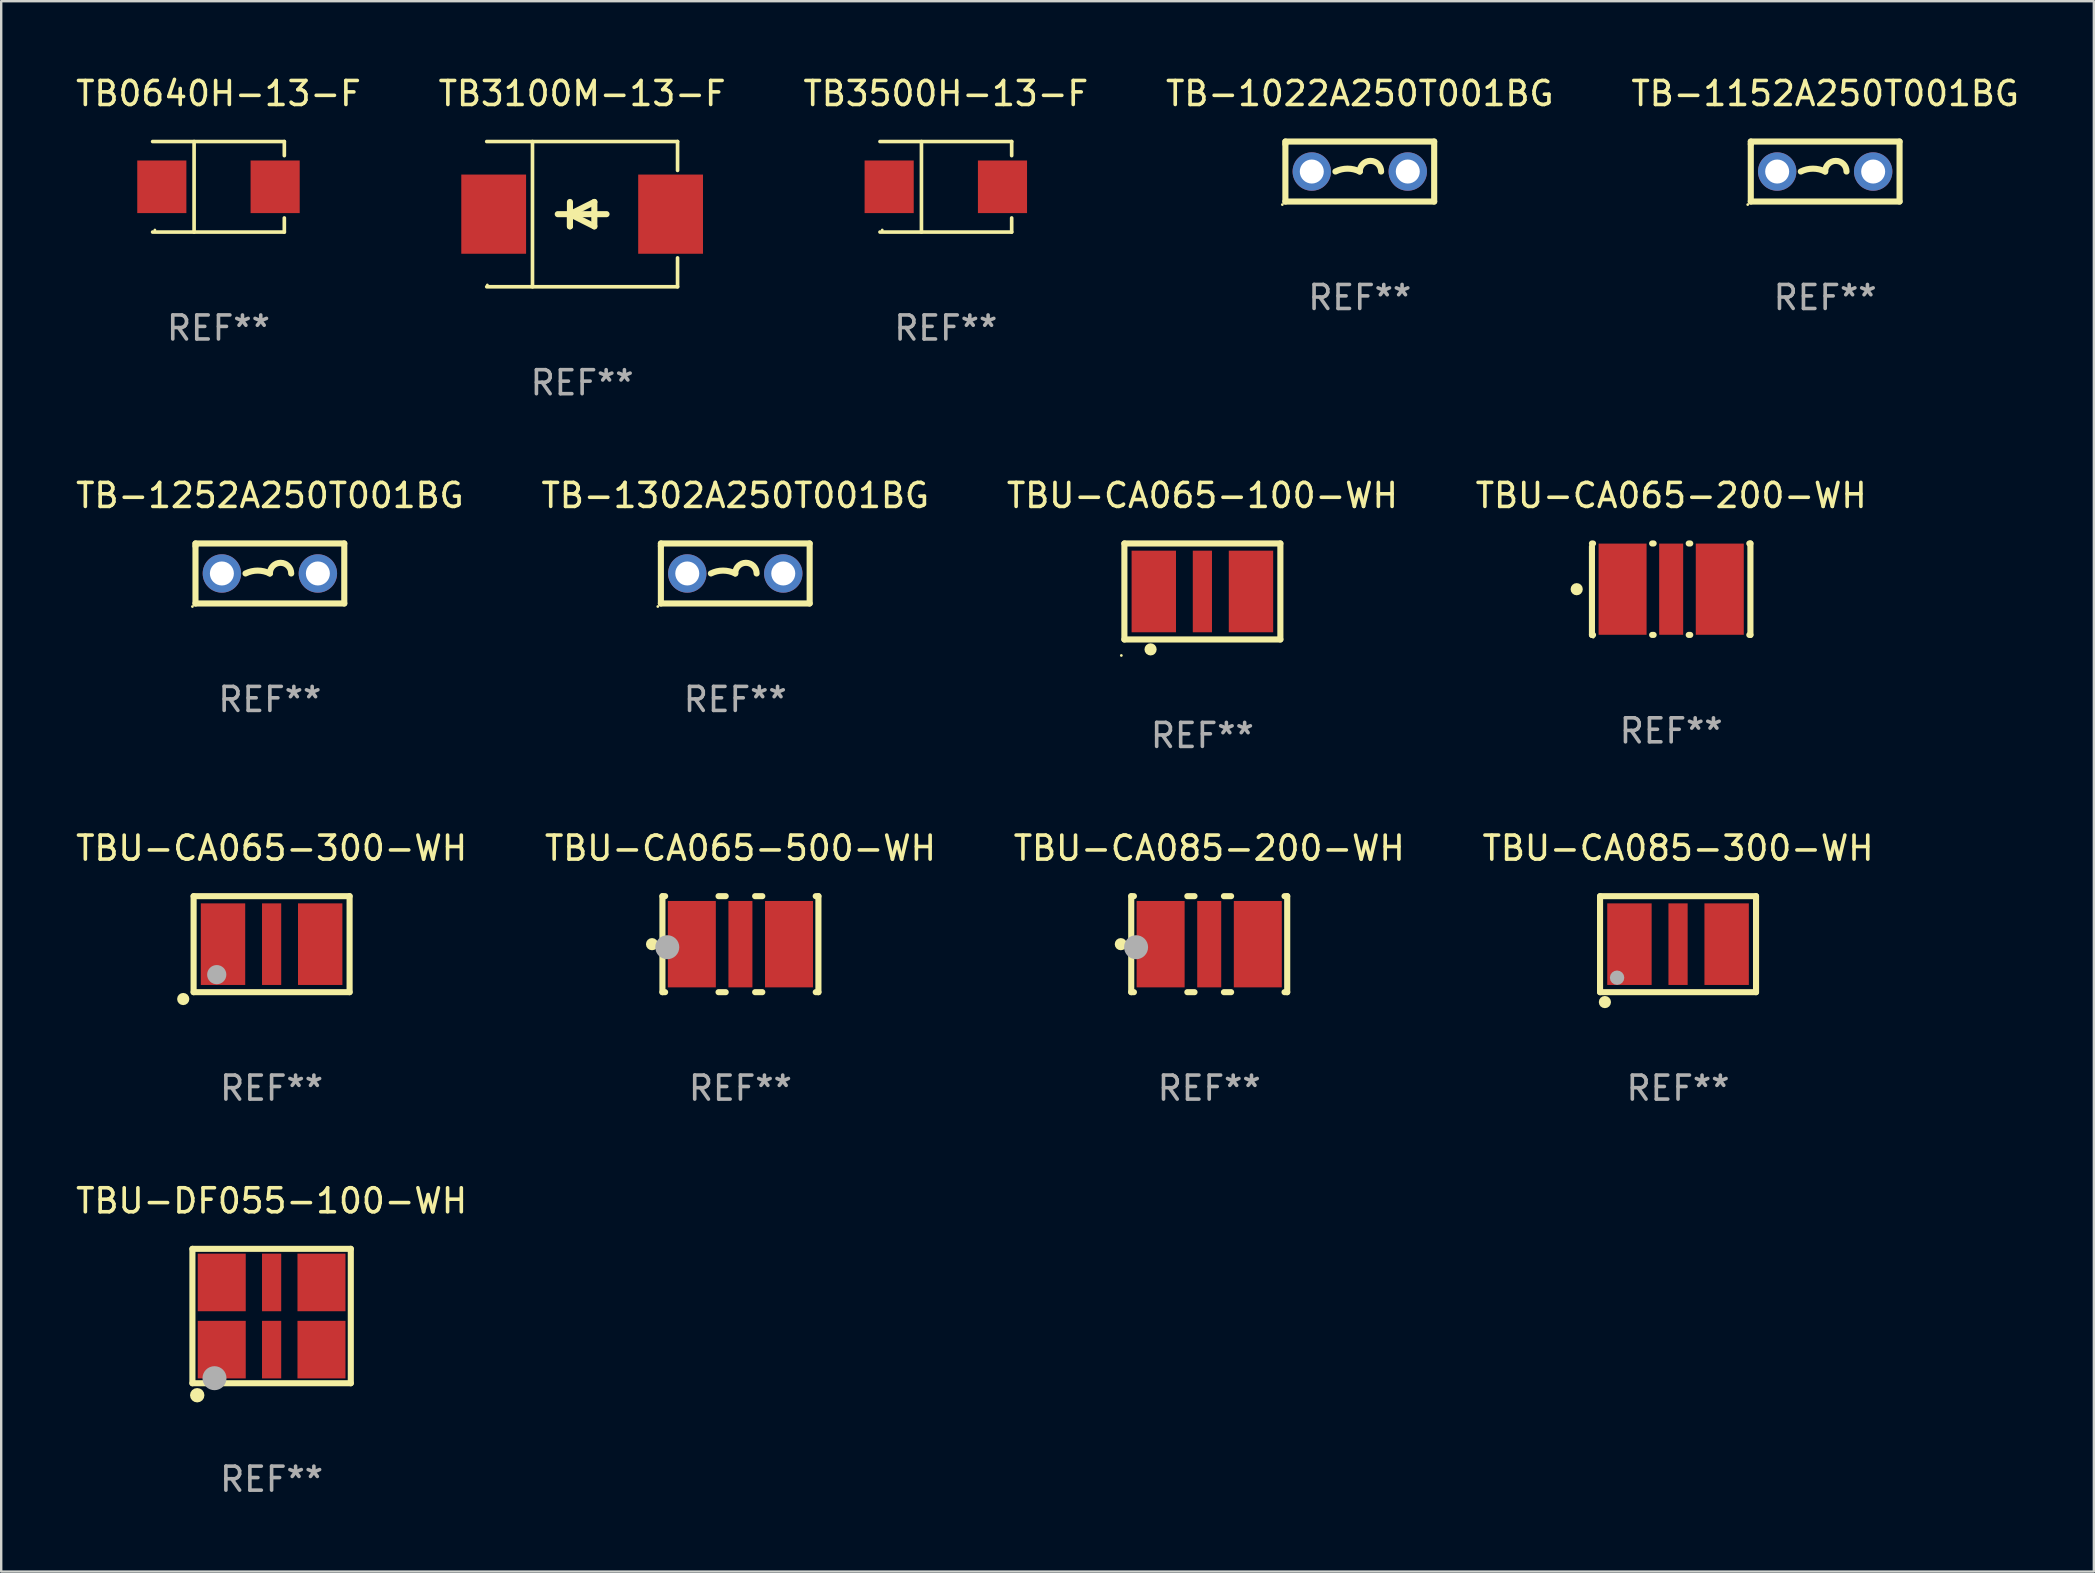
<source format=kicad_pcb>
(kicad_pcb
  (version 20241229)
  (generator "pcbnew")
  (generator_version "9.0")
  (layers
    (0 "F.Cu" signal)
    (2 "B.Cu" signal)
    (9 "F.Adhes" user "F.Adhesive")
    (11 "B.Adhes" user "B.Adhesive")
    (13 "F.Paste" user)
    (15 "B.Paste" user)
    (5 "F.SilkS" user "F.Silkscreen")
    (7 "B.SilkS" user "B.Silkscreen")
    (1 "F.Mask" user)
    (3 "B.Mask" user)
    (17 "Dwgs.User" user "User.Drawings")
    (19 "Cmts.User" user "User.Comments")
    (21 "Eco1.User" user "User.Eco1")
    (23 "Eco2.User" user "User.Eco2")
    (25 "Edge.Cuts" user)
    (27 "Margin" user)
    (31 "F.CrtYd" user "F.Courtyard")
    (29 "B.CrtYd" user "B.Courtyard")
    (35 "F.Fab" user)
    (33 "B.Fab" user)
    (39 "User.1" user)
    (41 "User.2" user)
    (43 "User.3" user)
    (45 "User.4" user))
  (footprint "TB0640H-13-F"
    (layer "F.Cu")
    (at 6.054 4.734)
    (property "Reference" "TB0640H-13-F" (at 0 -3.886 0) (layer "F.SilkS") (effects (font (size 1 1) (thickness 0.15))))
    (attr through_hole)
    (fp_line (start -2.744 -1.886) (end 2.744 -1.886) (stroke (width 0.152) (type solid)) (layer "F.SilkS"))
    (fp_line (start -2.744 1.886) (end 2.744 1.886) (stroke (width 0.152) (type solid)) (layer "F.SilkS"))
    (fp_line (start -1.016 -1.886) (end -1.016 1.886) (stroke (width 0.152) (type solid)) (layer "F.SilkS"))
    (fp_line (start 2.744 -1.886) (end 2.744 -1.299) (stroke (width 0.152) (type solid)) (layer "F.SilkS"))
    (fp_line (start 2.744 1.886) (end 2.744 1.299) (stroke (width 0.152) (type solid)) (layer "F.SilkS"))
    (fp_circle (center -2.65 1.8) (end -2.62 1.8) (stroke (width 0.06) (type solid)) (fill no) (layer "F.SilkS"))
    (fp_text user "REF**" (at 0 5.886 0) (layer "F.Fab") (effects (font (size 1 1) (thickness 0.15))))
    (pad "1" smd rect (at -2.361 0) (size 2.047 2.192) (layers "F.Cu" "F.Mask" "F.Paste"))
    (pad "2" smd rect (at 2.361 0) (size 2.047 2.192) (layers "F.Cu" "F.Mask" "F.Paste")))
  (footprint "TB-1252A250T001BG"
    (layer "F.Cu")
    (at 8.196 20.847)
    (property "Reference" "TB-1252A250T001BG" (at 0 -3.25 0) (layer "F.SilkS") (effects (font (size 1 1) (thickness 0.15))))
    (attr through_hole)
    (fp_line (start -3.1 -1.25) (end 3.1 -1.25) (stroke (width 0.254) (type solid)) (layer "F.SilkS"))
    (fp_line (start -3.1 -1.143) (end -3.1 -1.25) (stroke (width 0.254) (type solid)) (layer "F.SilkS"))
    (fp_line (start -3.1 1.25) (end -3.1 -1.143) (stroke (width 0.254) (type solid)) (layer "F.SilkS"))
    (fp_line (start 3.1 -1.25) (end 3.1 1.25) (stroke (width 0.254) (type solid)) (layer "F.SilkS"))
    (fp_line (start 3.1 1.25) (end -3.1 1.25) (stroke (width 0.254) (type solid)) (layer "F.SilkS"))
    (fp_arc (start -1.016002 0) (mid -0.508001 -0.119923) (end 0 0) (stroke (width 0.254001) (type solid)) (layer "F.SilkS"))
    (fp_arc (start 0 0) (mid 0.444501 -0.444501) (end 0.889002 0) (stroke (width 0.254001) (type solid)) (layer "F.SilkS"))
    (fp_circle (center -3.227 1.377) (end -3.197 1.377) (stroke (width 0.06) (type solid)) (fill no) (layer "F.SilkS"))
    (fp_text user "REF**" (at 0 5.25 0) (layer "F.Fab") (effects (font (size 1 1) (thickness 0.15))))
    (pad "1" thru_hole circle (at -2 0) (size 1.6 1.6) (drill 1) (layers "*.Cu" "*.Mask"))
    (pad "2" thru_hole circle (at 2 0) (size 1.6 1.6) (drill 1) (layers "*.Cu" "*.Mask")))
  (footprint "TB-1022A250T001BG"
    (layer "F.Cu")
    (at 53.613 4.098)
    (property "Reference" "TB-1022A250T001BG" (at 0 -3.25 0) (layer "F.SilkS") (effects (font (size 1 1) (thickness 0.15))))
    (attr through_hole)
    (fp_line (start -3.1 -1.25) (end 3.1 -1.25) (stroke (width 0.254) (type solid)) (layer "F.SilkS"))
    (fp_line (start -3.1 -1.143) (end -3.1 -1.25) (stroke (width 0.254) (type solid)) (layer "F.SilkS"))
    (fp_line (start -3.1 1.25) (end -3.1 -1.143) (stroke (width 0.254) (type solid)) (layer "F.SilkS"))
    (fp_line (start 3.1 -1.25) (end 3.1 1.25) (stroke (width 0.254) (type solid)) (layer "F.SilkS"))
    (fp_line (start 3.1 1.25) (end -3.1 1.25) (stroke (width 0.254) (type solid)) (layer "F.SilkS"))
    (fp_arc (start -1.016002 0) (mid -0.508001 -0.119923) (end 0 0) (stroke (width 0.254001) (type solid)) (layer "F.SilkS"))
    (fp_arc (start 0 0) (mid 0.444501 -0.444501) (end 0.889002 0) (stroke (width 0.254001) (type solid)) (layer "F.SilkS"))
    (fp_circle (center -3.227 1.377) (end -3.197 1.377) (stroke (width 0.06) (type solid)) (fill no) (layer "F.SilkS"))
    (fp_text user "REF**" (at 0 5.25 0) (layer "F.Fab") (effects (font (size 1 1) (thickness 0.15))))
    (pad "1" thru_hole circle (at -2 0) (size 1.6 1.6) (drill 1) (layers "*.Cu" "*.Mask"))
    (pad "2" thru_hole circle (at 2 0) (size 1.6 1.6) (drill 1) (layers "*.Cu" "*.Mask")))
  (footprint "TBU-CA065-100-WH"
    (layer "F.Cu")
    (at 47.054 21.597)
    (property "Reference" "TBU-CA065-100-WH" (at 0 -4 0) (layer "F.SilkS") (effects (font (size 1 1) (thickness 0.15))))
    (attr through_hole)
    (fp_line (start -3.25 -2) (end -3.25 2) (stroke (width 0.254) (type solid)) (layer "F.SilkS"))
    (fp_line (start -3.25 -2) (end 3.25 -2) (stroke (width 0.254) (type solid)) (layer "F.SilkS"))
    (fp_line (start -3.25 2) (end 3.25 2) (stroke (width 0.254) (type solid)) (layer "F.SilkS"))
    (fp_line (start 3.25 -2) (end 3.25 2) (stroke (width 0.254) (type solid)) (layer "F.SilkS"))
    (fp_circle (center -3.377 2.667) (end -3.347 2.667) (stroke (width 0.06) (type solid)) (fill no) (layer "F.SilkS"))
    (fp_circle (center -2.159 2.413) (end -2.032 2.413) (stroke (width 0.254) (type solid)) (fill no) (layer "F.SilkS"))
    (fp_text user "REF**" (at 0 6 0) (layer "F.Fab") (effects (font (size 1 1) (thickness 0.15))))
    (pad "1" smd rect (at -2.025 0) (size 1.85 3.4) (layers "F.Cu" "F.Mask" "F.Paste"))
    (pad "2" smd rect (at 0 0 180) (size 0.8 3.4) (layers "F.Cu" "F.Mask" "F.Paste"))
    (pad "3" smd rect (at 2.025 0 180) (size 1.85 3.4) (layers "F.Cu" "F.Mask" "F.Paste")))
  (footprint "TB-1302A250T001BG"
    (layer "F.Cu")
    (at 27.589 20.847)
    (property "Reference" "TB-1302A250T001BG" (at 0 -3.25 0) (layer "F.SilkS") (effects (font (size 1 1) (thickness 0.15))))
    (attr through_hole)
    (fp_line (start -3.1 -1.25) (end 3.1 -1.25) (stroke (width 0.254) (type solid)) (layer "F.SilkS"))
    (fp_line (start -3.1 -1.143) (end -3.1 -1.25) (stroke (width 0.254) (type solid)) (layer "F.SilkS"))
    (fp_line (start -3.1 1.25) (end -3.1 -1.143) (stroke (width 0.254) (type solid)) (layer "F.SilkS"))
    (fp_line (start 3.1 -1.25) (end 3.1 1.25) (stroke (width 0.254) (type solid)) (layer "F.SilkS"))
    (fp_line (start 3.1 1.25) (end -3.1 1.25) (stroke (width 0.254) (type solid)) (layer "F.SilkS"))
    (fp_arc (start -1.016002 0) (mid -0.508001 -0.119923) (end 0 0) (stroke (width 0.254001) (type solid)) (layer "F.SilkS"))
    (fp_arc (start 0 0) (mid 0.444501 -0.444501) (end 0.889002 0) (stroke (width 0.254001) (type solid)) (layer "F.SilkS"))
    (fp_circle (center -3.227 1.377) (end -3.197 1.377) (stroke (width 0.06) (type solid)) (fill no) (layer "F.SilkS"))
    (fp_text user "REF**" (at 0 5.25 0) (layer "F.Fab") (effects (font (size 1 1) (thickness 0.15))))
    (pad "1" thru_hole circle (at -2 0) (size 1.6 1.6) (drill 1) (layers "*.Cu" "*.Mask"))
    (pad "2" thru_hole circle (at 2 0) (size 1.6 1.6) (drill 1) (layers "*.Cu" "*.Mask")))
  (footprint "TBU-DF055-100-WH"
    (layer "F.Cu")
    (at 8.268 51.79)
    (property "Reference" "TBU-DF055-100-WH" (at 0 -4.8 0) (layer "F.SilkS") (effects (font (size 1 1) (thickness 0.15))))
    (attr through_hole)
    (fp_line (start -3.3 -2.8) (end 3.3 -2.8) (stroke (width 0.254) (type solid)) (layer "F.SilkS"))
    (fp_line (start -3.3 2.8) (end -3.3 -2.8) (stroke (width 0.254) (type solid)) (layer "F.SilkS"))
    (fp_line (start 3.3 -2.8) (end 3.3 2.8) (stroke (width 0.254) (type solid)) (layer "F.SilkS"))
    (fp_line (start 3.3 2.8) (end -3.3 2.8) (stroke (width 0.254) (type solid)) (layer "F.SilkS"))
    (fp_circle (center -3.25 2.25) (end -3.22 2.25) (stroke (width 0.06) (type solid)) (fill no) (layer "F.SilkS"))
    (fp_circle (center -3.1 3.3) (end -2.95 3.3) (stroke (width 0.3) (type solid)) (fill no) (layer "F.SilkS"))
    (fp_circle (center -2.38 2.59) (end -2.13 2.59) (stroke (width 0.5) (type solid)) (fill no) (layer "F.Fab"))
    (fp_text user "REF**" (at 0 6.8 0) (layer "F.Fab") (effects (font (size 1 1) (thickness 0.15))))
    (pad "1" smd rect (at -2.078 1.4) (size 2 2.4) (layers "F.Cu" "F.Mask" "F.Paste"))
    (pad "2" smd rect (at 0 1.4) (size 0.8 2.4) (layers "F.Cu" "F.Mask" "F.Paste"))
    (pad "3" smd rect (at 2.078 1.4) (size 2 2.4) (layers "F.Cu" "F.Mask" "F.Paste"))
    (pad "4" smd rect (at 2.078 -1.4) (size 2 2.4) (layers "F.Cu" "F.Mask" "F.Paste"))
    (pad "5" smd rect (at 0 -1.4) (size 0.8 2.4) (layers "F.Cu" "F.Mask" "F.Paste"))
    (pad "6" smd rect (at -2.078 -1.4) (size 2 2.4) (layers "F.Cu" "F.Mask" "F.Paste")))
  (footprint "TBU-CA065-500-WH"
    (layer "F.Cu")
    (at 27.804 36.294)
    (property "Reference" "TBU-CA065-500-WH" (at 0 -4 0) (layer "F.SilkS") (effects (font (size 1 1) (thickness 0.15))))
    (attr through_hole)
    (fp_line (start -3.25 -2) (end -3.25 2) (stroke (width 0.254) (type solid)) (layer "F.SilkS"))
    (fp_line (start -3.25 -2) (end -3.138 -2) (stroke (width 0.254) (type solid)) (layer "F.SilkS"))
    (fp_line (start -3.25 2) (end -3.138 2) (stroke (width 0.254) (type solid)) (layer "F.SilkS"))
    (fp_line (start -0.912 -2) (end -0.613 -2) (stroke (width 0.254) (type solid)) (layer "F.SilkS"))
    (fp_line (start -0.912 2) (end -0.613 2) (stroke (width 0.254) (type solid)) (layer "F.SilkS"))
    (fp_line (start 0.613 -2) (end 0.912 -2) (stroke (width 0.254) (type solid)) (layer "F.SilkS"))
    (fp_line (start 0.613 2) (end 0.912 2) (stroke (width 0.254) (type solid)) (layer "F.SilkS"))
    (fp_line (start 3.138 -2) (end 3.25 -2) (stroke (width 0.254) (type solid)) (layer "F.SilkS"))
    (fp_line (start 3.138 2) (end 3.25 2) (stroke (width 0.254) (type solid)) (layer "F.SilkS"))
    (fp_line (start 3.25 -2) (end 3.25 2) (stroke (width 0.254) (type solid)) (layer "F.SilkS"))
    (fp_circle (center -3.683 0) (end -3.556 0) (stroke (width 0.254) (type solid)) (fill no) (layer "F.SilkS"))
    (fp_circle (center -3.25 2) (end -3.22 2) (stroke (width 0.06) (type solid)) (fill no) (layer "F.SilkS"))
    (fp_circle (center -3.048 0.127) (end -2.798 0.127) (stroke (width 0.5) (type solid)) (fill no) (layer "F.Fab"))
    (fp_text user "REF**" (at 0 6 0) (layer "F.Fab") (effects (font (size 1 1) (thickness 0.15))))
    (pad "1" smd rect (at -2.025 0) (size 2 3.6) (layers "F.Cu" "F.Mask" "F.Paste"))
    (pad "2" smd rect (at 0 0) (size 1 3.6) (layers "F.Cu" "F.Mask" "F.Paste"))
    (pad "3" smd rect (at 2.025 0) (size 2 3.6) (layers "F.Cu" "F.Mask" "F.Paste")))
  (footprint "TB-1152A250T001BG"
    (layer "F.Cu")
    (at 73.006 4.098)
    (property "Reference" "TB-1152A250T001BG" (at 0 -3.25 0) (layer "F.SilkS") (effects (font (size 1 1) (thickness 0.15))))
    (attr through_hole)
    (fp_line (start -3.1 -1.25) (end 3.1 -1.25) (stroke (width 0.254) (type solid)) (layer "F.SilkS"))
    (fp_line (start -3.1 -1.143) (end -3.1 -1.25) (stroke (width 0.254) (type solid)) (layer "F.SilkS"))
    (fp_line (start -3.1 1.25) (end -3.1 -1.143) (stroke (width 0.254) (type solid)) (layer "F.SilkS"))
    (fp_line (start 3.1 -1.25) (end 3.1 1.25) (stroke (width 0.254) (type solid)) (layer "F.SilkS"))
    (fp_line (start 3.1 1.25) (end -3.1 1.25) (stroke (width 0.254) (type solid)) (layer "F.SilkS"))
    (fp_arc (start -1.016002 0) (mid -0.508001 -0.119923) (end 0 0) (stroke (width 0.254001) (type solid)) (layer "F.SilkS"))
    (fp_arc (start 0 0) (mid 0.444501 -0.444501) (end 0.889002 0) (stroke (width 0.254001) (type solid)) (layer "F.SilkS"))
    (fp_circle (center -3.227 1.377) (end -3.197 1.377) (stroke (width 0.06) (type solid)) (fill no) (layer "F.SilkS"))
    (fp_text user "REF**" (at 0 5.25 0) (layer "F.Fab") (effects (font (size 1 1) (thickness 0.15))))
    (pad "1" thru_hole circle (at -2 0) (size 1.6 1.6) (drill 1) (layers "*.Cu" "*.Mask"))
    (pad "2" thru_hole circle (at 2 0) (size 1.6 1.6) (drill 1) (layers "*.Cu" "*.Mask")))
  (footprint "TBU-CA085-300-WH"
    (layer "F.Cu")
    (at 66.875 36.294)
    (property "Reference" "TBU-CA085-300-WH" (at 0 -4 0) (layer "F.SilkS") (effects (font (size 1 1) (thickness 0.15))))
    (attr through_hole)
    (fp_line (start -3.25 -2) (end -3.25 2) (stroke (width 0.254) (type solid)) (layer "F.SilkS"))
    (fp_line (start -3.25 -2) (end 3.25 -2) (stroke (width 0.254) (type solid)) (layer "F.SilkS"))
    (fp_line (start -3.25 2) (end 3.25 2) (stroke (width 0.254) (type solid)) (layer "F.SilkS"))
    (fp_line (start 3.25 -2) (end 3.25 2) (stroke (width 0.254) (type solid)) (layer "F.SilkS"))
    (fp_circle (center -3.25 2) (end -3.22 2) (stroke (width 0.06) (type solid)) (fill no) (layer "F.SilkS"))
    (fp_circle (center -3.048 2.413) (end -2.921 2.413) (stroke (width 0.254) (type solid)) (fill no) (layer "F.SilkS"))
    (fp_circle (center -2.54 1.397) (end -2.39 1.397) (stroke (width 0.3) (type solid)) (fill no) (layer "F.Fab"))
    (fp_text user "REF**" (at 0 6 0) (layer "F.Fab") (effects (font (size 1 1) (thickness 0.15))))
    (pad "1" smd rect (at -2.025 0) (size 1.85 3.4) (layers "F.Cu" "F.Mask" "F.Paste"))
    (pad "2" smd rect (at 0 0 180) (size 0.8 3.4) (layers "F.Cu" "F.Mask" "F.Paste"))
    (pad "3" smd rect (at 2.025 0 180) (size 1.85 3.4) (layers "F.Cu" "F.Mask" "F.Paste")))
  (footprint "TB3100M-13-F"
    (layer "F.Cu")
    (at 21.208 5.874)
    (property "Reference" "TB3100M-13-F" (at 0 -5.026 0) (layer "F.SilkS") (effects (font (size 1 1) (thickness 0.15))))
    (attr through_hole)
    (fp_line (start -3.976 -3.026) (end 3.976 -3.026) (stroke (width 0.152) (type solid)) (layer "F.SilkS"))
    (fp_line (start -3.976 3.026) (end 3.976 3.026) (stroke (width 0.152) (type solid)) (layer "F.SilkS"))
    (fp_line (start -2.069 -3.026) (end -2.069 3.026) (stroke (width 0.152) (type solid)) (layer "F.SilkS"))
    (fp_line (start -0.508 0) (end -0.508 0.508) (stroke (width 0.254) (type solid)) (layer "F.SilkS"))
    (fp_line (start -0.508 0) (end 0.508 0.508) (stroke (width 0.254) (type solid)) (layer "F.SilkS"))
    (fp_line (start -0.508 0.508) (end -0.508 -0.508) (stroke (width 0.254) (type solid)) (layer "F.SilkS"))
    (fp_line (start 0.508 -0.508) (end -0.508 0) (stroke (width 0.254) (type solid)) (layer "F.SilkS"))
    (fp_line (start 0.508 0.508) (end 0.508 -0.508) (stroke (width 0.254) (type solid)) (layer "F.SilkS"))
    (fp_line (start 1.016 0) (end -1.016 0) (stroke (width 0.254) (type solid)) (layer "F.SilkS"))
    (fp_line (start 3.976 -3.026) (end 3.976 -1.823) (stroke (width 0.152) (type solid)) (layer "F.SilkS"))
    (fp_line (start 3.976 3.026) (end 3.976 1.823) (stroke (width 0.152) (type solid)) (layer "F.SilkS"))
    (fp_circle (center -3.95 2.95) (end -3.92 2.95) (stroke (width 0.06) (type solid)) (fill no) (layer "F.SilkS"))
    (fp_text user "REF**" (at 0 7.026 0) (layer "F.Fab") (effects (font (size 1 1) (thickness 0.15))))
    (pad "1" smd rect (at -3.686 0) (size 2.7 3.3) (layers "F.Cu" "F.Mask" "F.Paste"))
    (pad "2" smd rect (at 3.686 0) (size 2.7 3.3) (layers "F.Cu" "F.Mask" "F.Paste")))
  (footprint "TBU-CA085-200-WH"
    (layer "F.Cu")
    (at 47.339 36.294)
    (property "Reference" "TBU-CA085-200-WH" (at 0 -4 0) (layer "F.SilkS") (effects (font (size 1 1) (thickness 0.15))))
    (attr through_hole)
    (fp_line (start -3.25 -2) (end -3.25 2) (stroke (width 0.254) (type solid)) (layer "F.SilkS"))
    (fp_line (start -3.25 -2) (end -3.138 -2) (stroke (width 0.254) (type solid)) (layer "F.SilkS"))
    (fp_line (start -3.25 2) (end -3.138 2) (stroke (width 0.254) (type solid)) (layer "F.SilkS"))
    (fp_line (start -0.912 -2) (end -0.613 -2) (stroke (width 0.254) (type solid)) (layer "F.SilkS"))
    (fp_line (start -0.912 2) (end -0.613 2) (stroke (width 0.254) (type solid)) (layer "F.SilkS"))
    (fp_line (start 0.613 -2) (end 0.912 -2) (stroke (width 0.254) (type solid)) (layer "F.SilkS"))
    (fp_line (start 0.613 2) (end 0.912 2) (stroke (width 0.254) (type solid)) (layer "F.SilkS"))
    (fp_line (start 3.138 -2) (end 3.25 -2) (stroke (width 0.254) (type solid)) (layer "F.SilkS"))
    (fp_line (start 3.138 2) (end 3.25 2) (stroke (width 0.254) (type solid)) (layer "F.SilkS"))
    (fp_line (start 3.25 -2) (end 3.25 2) (stroke (width 0.254) (type solid)) (layer "F.SilkS"))
    (fp_circle (center -3.683 0) (end -3.556 0) (stroke (width 0.254) (type solid)) (fill no) (layer "F.SilkS"))
    (fp_circle (center -3.25 2) (end -3.22 2) (stroke (width 0.06) (type solid)) (fill no) (layer "F.SilkS"))
    (fp_circle (center -3.048 0.127) (end -2.798 0.127) (stroke (width 0.5) (type solid)) (fill no) (layer "F.Fab"))
    (fp_text user "REF**" (at 0 6 0) (layer "F.Fab") (effects (font (size 1 1) (thickness 0.15))))
    (pad "1" smd rect (at -2.025 0) (size 2 3.6) (layers "F.Cu" "F.Mask" "F.Paste"))
    (pad "2" smd rect (at 0 0) (size 1 3.6) (layers "F.Cu" "F.Mask" "F.Paste"))
    (pad "3" smd rect (at 2.025 0) (size 2 3.6) (layers "F.Cu" "F.Mask" "F.Paste")))
  (footprint "TB3500H-13-F"
    (layer "F.Cu")
    (at 36.363 4.734)
    (property "Reference" "TB3500H-13-F" (at 0 -3.886 0) (layer "F.SilkS") (effects (font (size 1 1) (thickness 0.15))))
    (attr through_hole)
    (fp_line (start -2.744 -1.886) (end 2.744 -1.886) (stroke (width 0.152) (type solid)) (layer "F.SilkS"))
    (fp_line (start -2.744 1.886) (end 2.744 1.886) (stroke (width 0.152) (type solid)) (layer "F.SilkS"))
    (fp_line (start -1.016 -1.886) (end -1.016 1.886) (stroke (width 0.152) (type solid)) (layer "F.SilkS"))
    (fp_line (start 2.744 -1.886) (end 2.744 -1.299) (stroke (width 0.152) (type solid)) (layer "F.SilkS"))
    (fp_line (start 2.744 1.886) (end 2.744 1.299) (stroke (width 0.152) (type solid)) (layer "F.SilkS"))
    (fp_circle (center -2.65 1.8) (end -2.62 1.8) (stroke (width 0.06) (type solid)) (fill no) (layer "F.SilkS"))
    (fp_text user "REF**" (at 0 5.886 0) (layer "F.Fab") (effects (font (size 1 1) (thickness 0.15))))
    (pad "1" smd rect (at -2.361 0) (size 2.047 2.192) (layers "F.Cu" "F.Mask" "F.Paste"))
    (pad "2" smd rect (at 2.361 0) (size 2.047 2.192) (layers "F.Cu" "F.Mask" "F.Paste")))
  (footprint "TBU-CA065-200-WH"
    (layer "F.Cu")
    (at 66.589 21.502)
    (property "Reference" "TBU-CA065-200-WH" (at 0 -3.905 0) (layer "F.SilkS") (effects (font (size 1 1) (thickness 0.15))))
    (attr through_hole)
    (fp_line (start -3.302 -1.778) (end -3.302 1.905) (stroke (width 0.254) (type solid)) (layer "F.SilkS"))
    (fp_line (start -3.256 1.905) (end -3.302 1.905) (stroke (width 0.254) (type solid)) (layer "F.SilkS"))
    (fp_line (start -3.256 -1.905) (end -3.302 -1.905) (stroke (width 0.254) (type solid)) (layer "F.SilkS"))
    (fp_line (start -0.731 1.905) (end -0.794 1.905) (stroke (width 0.254) (type solid)) (layer "F.SilkS"))
    (fp_line (start -0.731 -1.905) (end -0.794 -1.905) (stroke (width 0.254) (type solid)) (layer "F.SilkS"))
    (fp_line (start 0.794 1.905) (end 0.731 1.905) (stroke (width 0.254) (type solid)) (layer "F.SilkS"))
    (fp_line (start 0.794 -1.905) (end 0.731 -1.905) (stroke (width 0.254) (type solid)) (layer "F.SilkS"))
    (fp_line (start 3.302 -1.905) (end 3.256 -1.905) (stroke (width 0.254) (type solid)) (layer "F.SilkS"))
    (fp_line (start 3.302 -1.905) (end 3.302 1.905) (stroke (width 0.254) (type solid)) (layer "F.SilkS"))
    (fp_line (start 3.302 1.905) (end 3.256 1.905) (stroke (width 0.254) (type solid)) (layer "F.SilkS"))
    (fp_circle (center -3.937 0) (end -3.81 0) (stroke (width 0.254) (type solid)) (fill no) (layer "F.SilkS"))
    (fp_circle (center -3.25 2) (end -3.22 2) (stroke (width 0.06) (type solid)) (fill no) (layer "F.SilkS"))
    (fp_text user "REF**" (at 0 5.905 0) (layer "F.Fab") (effects (font (size 1 1) (thickness 0.15))))
    (pad "1" smd rect (at -2.025 0) (size 2 3.8) (layers "F.Cu" "F.Mask" "F.Paste"))
    (pad "2" smd rect (at 0 0) (size 1 3.8) (layers "F.Cu" "F.Mask" "F.Paste"))
    (pad "3" smd rect (at 2.025 0) (size 2 3.8) (layers "F.Cu" "F.Mask" "F.Paste")))
  (footprint "TBU-CA065-300-WH"
    (layer "F.Cu")
    (at 8.268 36.294)
    (property "Reference" "TBU-CA065-300-WH" (at 0 -4 0) (layer "F.SilkS") (effects (font (size 1 1) (thickness 0.15))))
    (attr through_hole)
    (fp_line (start -3.25 -2) (end -3.25 2) (stroke (width 0.254) (type solid)) (layer "F.SilkS"))
    (fp_line (start -3.25 -2) (end 3.25 -2) (stroke (width 0.254) (type solid)) (layer "F.SilkS"))
    (fp_line (start -3.25 2) (end 3.25 2) (stroke (width 0.254) (type solid)) (layer "F.SilkS"))
    (fp_line (start 3.25 -2) (end 3.25 2) (stroke (width 0.254) (type solid)) (layer "F.SilkS"))
    (fp_circle (center -3.683 2.286) (end -3.556 2.286) (stroke (width 0.254) (type solid)) (fill no) (layer "F.SilkS"))
    (fp_circle (center -3.25 2) (end -3.22 2) (stroke (width 0.06) (type solid)) (fill no) (layer "F.SilkS"))
    (fp_circle (center -2.286 1.27) (end -2.086 1.27) (stroke (width 0.4) (type solid)) (fill no) (layer "F.Fab"))
    (fp_text user "REF**" (at 0 6 0) (layer "F.Fab") (effects (font (size 1 1) (thickness 0.15))))
    (pad "1" smd rect (at -2.025 0) (size 1.85 3.4) (layers "F.Cu" "F.Mask" "F.Paste"))
    (pad "2" smd rect (at 0 0 180) (size 0.8 3.4) (layers "F.Cu" "F.Mask" "F.Paste"))
    (pad "3" smd rect (at 2.025 0 180) (size 1.85 3.4) (layers "F.Cu" "F.Mask" "F.Paste")))
  (gr_rect
    (start -3 -3)
    (end 84.202 62.438)
    (stroke (width 0.1) (type default))
    (fill no)
    (layer "Edge.Cuts")))
</source>
